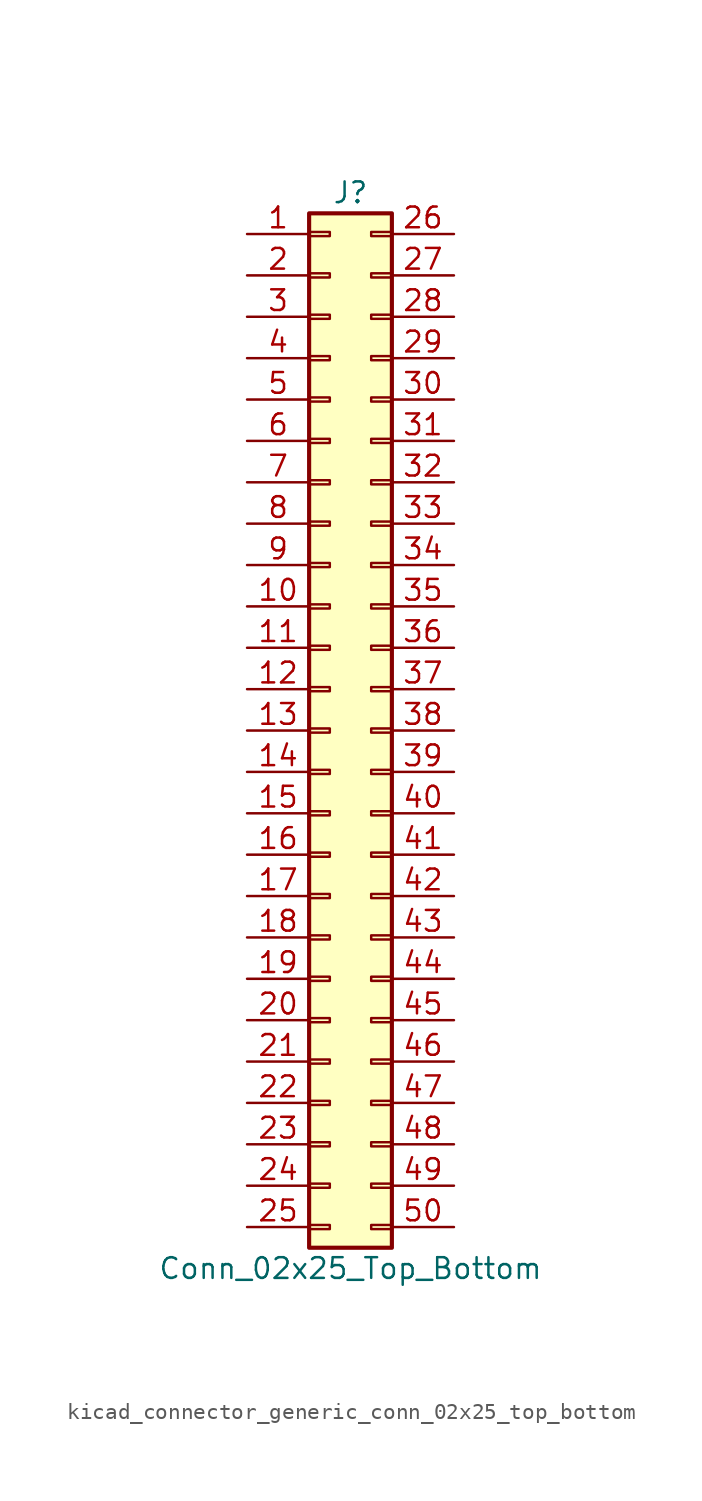
<source format=kicad_sym>
(kicad_symbol_lib
  (version 20220914)
  (generator kicad_symbol_editor)
  (symbol "kicad_connector_generic_conn_02x25_top_bottom"
    (pin_names
      (offset 1.016) hide)
    (property "Reference" "J"
      (at 1.27 33.02 0)
      (effects (font (size 1.27 1.27))))
    (property "Value" "Conn_02x25_Top_Bottom"
      (at 1.27 -33.02 0)
      (effects (font (size 1.27 1.27))))
    (symbol "kicad_connector_generic_conn_02x25_top_bottom_1_1"
      (rectangle (start -1.27 -30.353) (end 0 -30.607) (stroke (width 0.152) (type default)) (fill (type none)))
      (rectangle (start -1.27 -27.813) (end 0 -28.067) (stroke (width 0.152) (type default)) (fill (type none)))
      (rectangle (start -1.27 -25.273) (end 0 -25.527) (stroke (width 0.152) (type default)) (fill (type none)))
      (rectangle (start -1.27 -22.733) (end 0 -22.987) (stroke (width 0.152) (type default)) (fill (type none)))
      (rectangle (start -1.27 -20.193) (end 0 -20.447) (stroke (width 0.152) (type default)) (fill (type none)))
      (rectangle (start -1.27 -17.653) (end 0 -17.907) (stroke (width 0.152) (type default)) (fill (type none)))
      (rectangle (start -1.27 -15.113) (end 0 -15.367) (stroke (width 0.152) (type default)) (fill (type none)))
      (rectangle (start -1.27 -12.573) (end 0 -12.827) (stroke (width 0.152) (type default)) (fill (type none)))
      (rectangle (start -1.27 -10.033) (end 0 -10.287) (stroke (width 0.152) (type default)) (fill (type none)))
      (rectangle (start -1.27 -7.493) (end 0 -7.747) (stroke (width 0.152) (type default)) (fill (type none)))
      (rectangle (start -1.27 -4.953) (end 0 -5.207) (stroke (width 0.152) (type default)) (fill (type none)))
      (rectangle (start -1.27 -2.413) (end 0 -2.667) (stroke (width 0.152) (type default)) (fill (type none)))
      (rectangle (start -1.27 0.127) (end 0 -0.127) (stroke (width 0.152) (type default)) (fill (type none)))
      (rectangle (start -1.27 2.667) (end 0 2.413) (stroke (width 0.152) (type default)) (fill (type none)))
      (rectangle (start -1.27 5.207) (end 0 4.953) (stroke (width 0.152) (type default)) (fill (type none)))
      (rectangle (start -1.27 7.747) (end 0 7.493) (stroke (width 0.152) (type default)) (fill (type none)))
      (rectangle (start -1.27 10.287) (end 0 10.033) (stroke (width 0.152) (type default)) (fill (type none)))
      (rectangle (start -1.27 12.827) (end 0 12.573) (stroke (width 0.152) (type default)) (fill (type none)))
      (rectangle (start -1.27 15.367) (end 0 15.113) (stroke (width 0.152) (type default)) (fill (type none)))
      (rectangle (start -1.27 17.907) (end 0 17.653) (stroke (width 0.152) (type default)) (fill (type none)))
      (rectangle (start -1.27 20.447) (end 0 20.193) (stroke (width 0.152) (type default)) (fill (type none)))
      (rectangle (start -1.27 22.987) (end 0 22.733) (stroke (width 0.152) (type default)) (fill (type none)))
      (rectangle (start -1.27 25.527) (end 0 25.273) (stroke (width 0.152) (type default)) (fill (type none)))
      (rectangle (start -1.27 28.067) (end 0 27.813) (stroke (width 0.152) (type default)) (fill (type none)))
      (rectangle (start -1.27 30.607) (end 0 30.353) (stroke (width 0.152) (type default)) (fill (type none)))
      (rectangle (start -1.27 31.75) (end 3.81 -31.75) (stroke (width 0.254) (type default)) (fill (type background)))
      (rectangle (start 3.81 -30.353) (end 2.54 -30.607) (stroke (width 0.152) (type default)) (fill (type none)))
      (rectangle (start 3.81 -27.813) (end 2.54 -28.067) (stroke (width 0.152) (type default)) (fill (type none)))
      (rectangle (start 3.81 -25.273) (end 2.54 -25.527) (stroke (width 0.152) (type default)) (fill (type none)))
      (rectangle (start 3.81 -22.733) (end 2.54 -22.987) (stroke (width 0.152) (type default)) (fill (type none)))
      (rectangle (start 3.81 -20.193) (end 2.54 -20.447) (stroke (width 0.152) (type default)) (fill (type none)))
      (rectangle (start 3.81 -17.653) (end 2.54 -17.907) (stroke (width 0.152) (type default)) (fill (type none)))
      (rectangle (start 3.81 -15.113) (end 2.54 -15.367) (stroke (width 0.152) (type default)) (fill (type none)))
      (rectangle (start 3.81 -12.573) (end 2.54 -12.827) (stroke (width 0.152) (type default)) (fill (type none)))
      (rectangle (start 3.81 -10.033) (end 2.54 -10.287) (stroke (width 0.152) (type default)) (fill (type none)))
      (rectangle (start 3.81 -7.493) (end 2.54 -7.747) (stroke (width 0.152) (type default)) (fill (type none)))
      (rectangle (start 3.81 -4.953) (end 2.54 -5.207) (stroke (width 0.152) (type default)) (fill (type none)))
      (rectangle (start 3.81 -2.413) (end 2.54 -2.667) (stroke (width 0.152) (type default)) (fill (type none)))
      (rectangle (start 3.81 0.127) (end 2.54 -0.127) (stroke (width 0.152) (type default)) (fill (type none)))
      (rectangle (start 3.81 2.667) (end 2.54 2.413) (stroke (width 0.152) (type default)) (fill (type none)))
      (rectangle (start 3.81 5.207) (end 2.54 4.953) (stroke (width 0.152) (type default)) (fill (type none)))
      (rectangle (start 3.81 7.747) (end 2.54 7.493) (stroke (width 0.152) (type default)) (fill (type none)))
      (rectangle (start 3.81 10.287) (end 2.54 10.033) (stroke (width 0.152) (type default)) (fill (type none)))
      (rectangle (start 3.81 12.827) (end 2.54 12.573) (stroke (width 0.152) (type default)) (fill (type none)))
      (rectangle (start 3.81 15.367) (end 2.54 15.113) (stroke (width 0.152) (type default)) (fill (type none)))
      (rectangle (start 3.81 17.907) (end 2.54 17.653) (stroke (width 0.152) (type default)) (fill (type none)))
      (rectangle (start 3.81 20.447) (end 2.54 20.193) (stroke (width 0.152) (type default)) (fill (type none)))
      (rectangle (start 3.81 22.987) (end 2.54 22.733) (stroke (width 0.152) (type default)) (fill (type none)))
      (rectangle (start 3.81 25.527) (end 2.54 25.273) (stroke (width 0.152) (type default)) (fill (type none)))
      (rectangle (start 3.81 28.067) (end 2.54 27.813) (stroke (width 0.152) (type default)) (fill (type none)))
      (rectangle (start 3.81 30.607) (end 2.54 30.353) (stroke (width 0.152) (type default)) (fill (type none)))
      (pin passive line (at -5.08 30.48 0) (length 3.81) (name "Pin_1" (effects (font (size 1.27 1.27)))) (number "1" (effects (font (size 1.27 1.27)))))
      (pin passive line (at -5.08 7.62 0) (length 3.81) (name "Pin_10" (effects (font (size 1.27 1.27)))) (number "10" (effects (font (size 1.27 1.27)))))
      (pin passive line (at -5.08 5.08 0) (length 3.81) (name "Pin_11" (effects (font (size 1.27 1.27)))) (number "11" (effects (font (size 1.27 1.27)))))
      (pin passive line (at -5.08 2.54 0) (length 3.81) (name "Pin_12" (effects (font (size 1.27 1.27)))) (number "12" (effects (font (size 1.27 1.27)))))
      (pin passive line (at -5.08 0 0) (length 3.81) (name "Pin_13" (effects (font (size 1.27 1.27)))) (number "13" (effects (font (size 1.27 1.27)))))
      (pin passive line (at -5.08 -2.54 0) (length 3.81) (name "Pin_14" (effects (font (size 1.27 1.27)))) (number "14" (effects (font (size 1.27 1.27)))))
      (pin passive line (at -5.08 -5.08 0) (length 3.81) (name "Pin_15" (effects (font (size 1.27 1.27)))) (number "15" (effects (font (size 1.27 1.27)))))
      (pin passive line (at -5.08 -7.62 0) (length 3.81) (name "Pin_16" (effects (font (size 1.27 1.27)))) (number "16" (effects (font (size 1.27 1.27)))))
      (pin passive line (at -5.08 -10.16 0) (length 3.81) (name "Pin_17" (effects (font (size 1.27 1.27)))) (number "17" (effects (font (size 1.27 1.27)))))
      (pin passive line (at -5.08 -12.7 0) (length 3.81) (name "Pin_18" (effects (font (size 1.27 1.27)))) (number "18" (effects (font (size 1.27 1.27)))))
      (pin passive line (at -5.08 -15.24 0) (length 3.81) (name "Pin_19" (effects (font (size 1.27 1.27)))) (number "19" (effects (font (size 1.27 1.27)))))
      (pin passive line (at -5.08 27.94 0) (length 3.81) (name "Pin_2" (effects (font (size 1.27 1.27)))) (number "2" (effects (font (size 1.27 1.27)))))
      (pin passive line (at -5.08 -17.78 0) (length 3.81) (name "Pin_20" (effects (font (size 1.27 1.27)))) (number "20" (effects (font (size 1.27 1.27)))))
      (pin passive line (at -5.08 -20.32 0) (length 3.81) (name "Pin_21" (effects (font (size 1.27 1.27)))) (number "21" (effects (font (size 1.27 1.27)))))
      (pin passive line (at -5.08 -22.86 0) (length 3.81) (name "Pin_22" (effects (font (size 1.27 1.27)))) (number "22" (effects (font (size 1.27 1.27)))))
      (pin passive line (at -5.08 -25.4 0) (length 3.81) (name "Pin_23" (effects (font (size 1.27 1.27)))) (number "23" (effects (font (size 1.27 1.27)))))
      (pin passive line (at -5.08 -27.94 0) (length 3.81) (name "Pin_24" (effects (font (size 1.27 1.27)))) (number "24" (effects (font (size 1.27 1.27)))))
      (pin passive line (at -5.08 -30.48 0) (length 3.81) (name "Pin_25" (effects (font (size 1.27 1.27)))) (number "25" (effects (font (size 1.27 1.27)))))
      (pin passive line (at 7.62 30.48 180) (length 3.81) (name "Pin_26" (effects (font (size 1.27 1.27)))) (number "26" (effects (font (size 1.27 1.27)))))
      (pin passive line (at 7.62 27.94 180) (length 3.81) (name "Pin_27" (effects (font (size 1.27 1.27)))) (number "27" (effects (font (size 1.27 1.27)))))
      (pin passive line (at 7.62 25.4 180) (length 3.81) (name "Pin_28" (effects (font (size 1.27 1.27)))) (number "28" (effects (font (size 1.27 1.27)))))
      (pin passive line (at 7.62 22.86 180) (length 3.81) (name "Pin_29" (effects (font (size 1.27 1.27)))) (number "29" (effects (font (size 1.27 1.27)))))
      (pin passive line (at -5.08 25.4 0) (length 3.81) (name "Pin_3" (effects (font (size 1.27 1.27)))) (number "3" (effects (font (size 1.27 1.27)))))
      (pin passive line (at 7.62 20.32 180) (length 3.81) (name "Pin_30" (effects (font (size 1.27 1.27)))) (number "30" (effects (font (size 1.27 1.27)))))
      (pin passive line (at 7.62 17.78 180) (length 3.81) (name "Pin_31" (effects (font (size 1.27 1.27)))) (number "31" (effects (font (size 1.27 1.27)))))
      (pin passive line (at 7.62 15.24 180) (length 3.81) (name "Pin_32" (effects (font (size 1.27 1.27)))) (number "32" (effects (font (size 1.27 1.27)))))
      (pin passive line (at 7.62 12.7 180) (length 3.81) (name "Pin_33" (effects (font (size 1.27 1.27)))) (number "33" (effects (font (size 1.27 1.27)))))
      (pin passive line (at 7.62 10.16 180) (length 3.81) (name "Pin_34" (effects (font (size 1.27 1.27)))) (number "34" (effects (font (size 1.27 1.27)))))
      (pin passive line (at 7.62 7.62 180) (length 3.81) (name "Pin_35" (effects (font (size 1.27 1.27)))) (number "35" (effects (font (size 1.27 1.27)))))
      (pin passive line (at 7.62 5.08 180) (length 3.81) (name "Pin_36" (effects (font (size 1.27 1.27)))) (number "36" (effects (font (size 1.27 1.27)))))
      (pin passive line (at 7.62 2.54 180) (length 3.81) (name "Pin_37" (effects (font (size 1.27 1.27)))) (number "37" (effects (font (size 1.27 1.27)))))
      (pin passive line (at 7.62 0 180) (length 3.81) (name "Pin_38" (effects (font (size 1.27 1.27)))) (number "38" (effects (font (size 1.27 1.27)))))
      (pin passive line (at 7.62 -2.54 180) (length 3.81) (name "Pin_39" (effects (font (size 1.27 1.27)))) (number "39" (effects (font (size 1.27 1.27)))))
      (pin passive line (at -5.08 22.86 0) (length 3.81) (name "Pin_4" (effects (font (size 1.27 1.27)))) (number "4" (effects (font (size 1.27 1.27)))))
      (pin passive line (at 7.62 -5.08 180) (length 3.81) (name "Pin_40" (effects (font (size 1.27 1.27)))) (number "40" (effects (font (size 1.27 1.27)))))
      (pin passive line (at 7.62 -7.62 180) (length 3.81) (name "Pin_41" (effects (font (size 1.27 1.27)))) (number "41" (effects (font (size 1.27 1.27)))))
      (pin passive line (at 7.62 -10.16 180) (length 3.81) (name "Pin_42" (effects (font (size 1.27 1.27)))) (number "42" (effects (font (size 1.27 1.27)))))
      (pin passive line (at 7.62 -12.7 180) (length 3.81) (name "Pin_43" (effects (font (size 1.27 1.27)))) (number "43" (effects (font (size 1.27 1.27)))))
      (pin passive line (at 7.62 -15.24 180) (length 3.81) (name "Pin_44" (effects (font (size 1.27 1.27)))) (number "44" (effects (font (size 1.27 1.27)))))
      (pin passive line (at 7.62 -17.78 180) (length 3.81) (name "Pin_45" (effects (font (size 1.27 1.27)))) (number "45" (effects (font (size 1.27 1.27)))))
      (pin passive line (at 7.62 -20.32 180) (length 3.81) (name "Pin_46" (effects (font (size 1.27 1.27)))) (number "46" (effects (font (size 1.27 1.27)))))
      (pin passive line (at 7.62 -22.86 180) (length 3.81) (name "Pin_47" (effects (font (size 1.27 1.27)))) (number "47" (effects (font (size 1.27 1.27)))))
      (pin passive line (at 7.62 -25.4 180) (length 3.81) (name "Pin_48" (effects (font (size 1.27 1.27)))) (number "48" (effects (font (size 1.27 1.27)))))
      (pin passive line (at 7.62 -27.94 180) (length 3.81) (name "Pin_49" (effects (font (size 1.27 1.27)))) (number "49" (effects (font (size 1.27 1.27)))))
      (pin passive line (at -5.08 20.32 0) (length 3.81) (name "Pin_5" (effects (font (size 1.27 1.27)))) (number "5" (effects (font (size 1.27 1.27)))))
      (pin passive line (at 7.62 -30.48 180) (length 3.81) (name "Pin_50" (effects (font (size 1.27 1.27)))) (number "50" (effects (font (size 1.27 1.27)))))
      (pin passive line (at -5.08 17.78 0) (length 3.81) (name "Pin_6" (effects (font (size 1.27 1.27)))) (number "6" (effects (font (size 1.27 1.27)))))
      (pin passive line (at -5.08 15.24 0) (length 3.81) (name "Pin_7" (effects (font (size 1.27 1.27)))) (number "7" (effects (font (size 1.27 1.27)))))
      (pin passive line (at -5.08 12.7 0) (length 3.81) (name "Pin_8" (effects (font (size 1.27 1.27)))) (number "8" (effects (font (size 1.27 1.27)))))
      (pin passive line (at -5.08 10.16 0) (length 3.81) (name "Pin_9" (effects (font (size 1.27 1.27)))) (number "9" (effects (font (size 1.27 1.27))))))))
</source>
